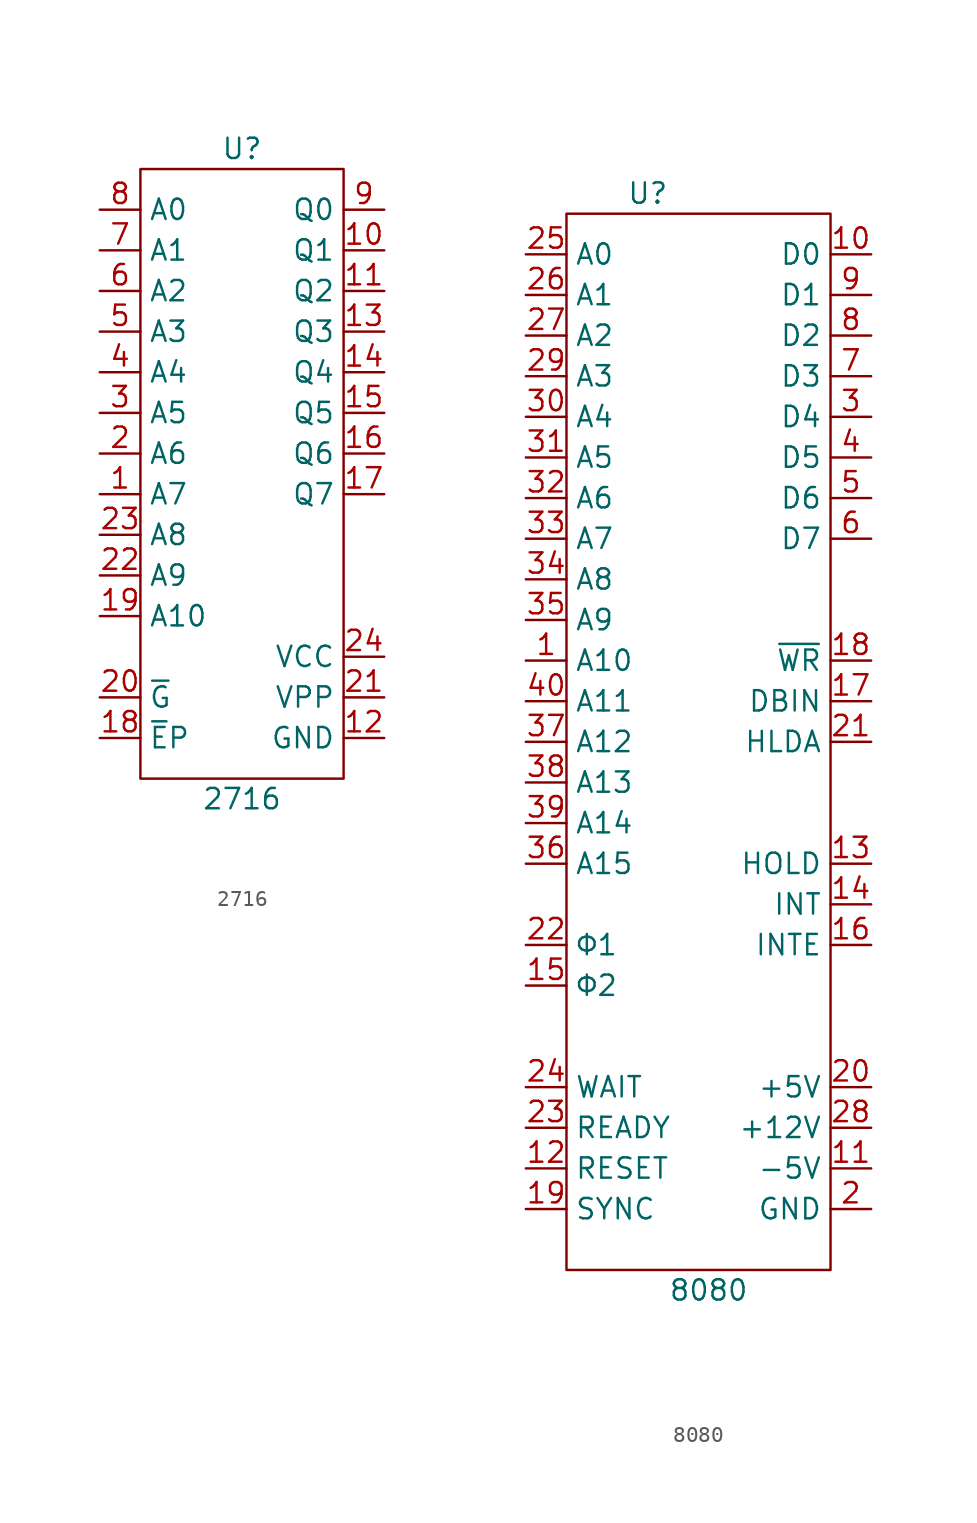
<source format=kicad_sym>
(kicad_symbol_lib
  (version 20211014)
  (generator kicad_symbol_editor)
  (symbol "2716"
    (property "Reference" "U"
      (at 6.35 1.27 0)
      (effects (font (size 1.27 1.27))))
    (property "Value" "2716"
      (at 6.35 -39.37 0)
      (effects (font (size 1.27 1.27))))
    (symbol "2716_0_1"
      (rectangle (start 0 0) (end 12.7 -38.1) (stroke (width 0) (type default) (color 0 0 0 0)) (fill (type none))))
    (symbol "2716_1_1"
      (pin input line (at -2.54 -20.32 0) (length 2.54) (name "A7" (effects (font (size 1.27 1.27)))) (number "1" (effects (font (size 1.27 1.27)))))
      (pin output line (at 15.24 -5.08 180) (length 2.54) (name "Q1" (effects (font (size 1.27 1.27)))) (number "10" (effects (font (size 1.27 1.27)))))
      (pin output line (at 15.24 -7.62 180) (length 2.54) (name "Q2" (effects (font (size 1.27 1.27)))) (number "11" (effects (font (size 1.27 1.27)))))
      (pin power_out line (at 15.24 -35.56 180) (length 2.54) (name "GND" (effects (font (size 1.27 1.27)))) (number "12" (effects (font (size 1.27 1.27)))))
      (pin output line (at 15.24 -10.16 180) (length 2.54) (name "Q3" (effects (font (size 1.27 1.27)))) (number "13" (effects (font (size 1.27 1.27)))))
      (pin output line (at 15.24 -12.7 180) (length 2.54) (name "Q4" (effects (font (size 1.27 1.27)))) (number "14" (effects (font (size 1.27 1.27)))))
      (pin output line (at 15.24 -15.24 180) (length 2.54) (name "Q5" (effects (font (size 1.27 1.27)))) (number "15" (effects (font (size 1.27 1.27)))))
      (pin output line (at 15.24 -17.78 180) (length 2.54) (name "Q6" (effects (font (size 1.27 1.27)))) (number "16" (effects (font (size 1.27 1.27)))))
      (pin output line (at 15.24 -20.32 180) (length 2.54) (name "Q7" (effects (font (size 1.27 1.27)))) (number "17" (effects (font (size 1.27 1.27)))))
      (pin input line (at -2.54 -35.56 0) (length 2.54) (name "~{E}P" (effects (font (size 1.27 1.27)))) (number "18" (effects (font (size 1.27 1.27)))))
      (pin input line (at -2.54 -27.94 0) (length 2.54) (name "A10" (effects (font (size 1.27 1.27)))) (number "19" (effects (font (size 1.27 1.27)))))
      (pin input line (at -2.54 -17.78 0) (length 2.54) (name "A6" (effects (font (size 1.27 1.27)))) (number "2" (effects (font (size 1.27 1.27)))))
      (pin input line (at -2.54 -33.02 0) (length 2.54) (name "~{G}" (effects (font (size 1.27 1.27)))) (number "20" (effects (font (size 1.27 1.27)))))
      (pin power_out line (at 15.24 -33.02 180) (length 2.54) (name "VPP" (effects (font (size 1.27 1.27)))) (number "21" (effects (font (size 1.27 1.27)))))
      (pin input line (at -2.54 -25.4 0) (length 2.54) (name "A9" (effects (font (size 1.27 1.27)))) (number "22" (effects (font (size 1.27 1.27)))))
      (pin input line (at -2.54 -22.86 0) (length 2.54) (name "A8" (effects (font (size 1.27 1.27)))) (number "23" (effects (font (size 1.27 1.27)))))
      (pin power_out line (at 15.24 -30.48 180) (length 2.54) (name "VCC" (effects (font (size 1.27 1.27)))) (number "24" (effects (font (size 1.27 1.27)))))
      (pin input line (at -2.54 -15.24 0) (length 2.54) (name "A5" (effects (font (size 1.27 1.27)))) (number "3" (effects (font (size 1.27 1.27)))))
      (pin input line (at -2.54 -12.7 0) (length 2.54) (name "A4" (effects (font (size 1.27 1.27)))) (number "4" (effects (font (size 1.27 1.27)))))
      (pin input line (at -2.54 -10.16 0) (length 2.54) (name "A3" (effects (font (size 1.27 1.27)))) (number "5" (effects (font (size 1.27 1.27)))))
      (pin input line (at -2.54 -7.62 0) (length 2.54) (name "A2" (effects (font (size 1.27 1.27)))) (number "6" (effects (font (size 1.27 1.27)))))
      (pin input line (at -2.54 -5.08 0) (length 2.54) (name "A1" (effects (font (size 1.27 1.27)))) (number "7" (effects (font (size 1.27 1.27)))))
      (pin input line (at -2.54 -2.54 0) (length 2.54) (name "A0" (effects (font (size 1.27 1.27)))) (number "8" (effects (font (size 1.27 1.27)))))
      (pin output line (at 15.24 -2.54 180) (length 2.54) (name "Q0" (effects (font (size 1.27 1.27)))) (number "9" (effects (font (size 1.27 1.27)))))))
  (symbol "8080"
    (property "Reference" "U"
      (at 5.08 1.27 0)
      (effects (font (size 1.27 1.27))))
    (property "Value" "8080"
      (at 8.89 -67.31 0)
      (effects (font (size 1.27 1.27))))
    (symbol "8080_0_1"
      (rectangle (start 0 0) (end 16.51 -66.04) (stroke (width 0) (type default) (color 0 0 0 0)) (fill (type none))))
    (symbol "8080_1_1"
      (pin output line (at -2.54 -27.94 0) (length 2.54) (name "A10" (effects (font (size 1.27 1.27)))) (number "1" (effects (font (size 1.27 1.27)))))
      (pin bidirectional line (at 19.05 -2.54 180) (length 2.54) (name "D0" (effects (font (size 1.27 1.27)))) (number "10" (effects (font (size 1.27 1.27)))))
      (pin power_in line (at 19.05 -59.69 180) (length 2.54) (name "-5V" (effects (font (size 1.27 1.27)))) (number "11" (effects (font (size 1.27 1.27)))))
      (pin input line (at -2.54 -59.69 0) (length 2.54) (name "RESET" (effects (font (size 1.27 1.27)))) (number "12" (effects (font (size 1.27 1.27)))))
      (pin input line (at 19.05 -40.64 180) (length 2.54) (name "HOLD" (effects (font (size 1.27 1.27)))) (number "13" (effects (font (size 1.27 1.27)))))
      (pin input line (at 19.05 -43.18 180) (length 2.54) (name "INT" (effects (font (size 1.27 1.27)))) (number "14" (effects (font (size 1.27 1.27)))))
      (pin input line (at -2.54 -48.26 0) (length 2.54) (name "Φ2" (effects (font (size 1.27 1.27)))) (number "15" (effects (font (size 1.27 1.27)))))
      (pin output line (at 19.05 -45.72 180) (length 2.54) (name "INTE" (effects (font (size 1.27 1.27)))) (number "16" (effects (font (size 1.27 1.27)))))
      (pin output line (at 19.05 -30.48 180) (length 2.54) (name "DBIN" (effects (font (size 1.27 1.27)))) (number "17" (effects (font (size 1.27 1.27)))))
      (pin output line (at 19.05 -27.94 180) (length 2.54) (name "~{WR}" (effects (font (size 1.27 1.27)))) (number "18" (effects (font (size 1.27 1.27)))))
      (pin output line (at -2.54 -62.23 0) (length 2.54) (name "SYNC" (effects (font (size 1.27 1.27)))) (number "19" (effects (font (size 1.27 1.27)))))
      (pin power_in line (at 19.05 -62.23 180) (length 2.54) (name "GND" (effects (font (size 1.27 1.27)))) (number "2" (effects (font (size 1.27 1.27)))))
      (pin power_in line (at 19.05 -54.61 180) (length 2.54) (name "+5V" (effects (font (size 1.27 1.27)))) (number "20" (effects (font (size 1.27 1.27)))))
      (pin output line (at 19.05 -33.02 180) (length 2.54) (name "HLDA" (effects (font (size 1.27 1.27)))) (number "21" (effects (font (size 1.27 1.27)))))
      (pin input line (at -2.54 -45.72 0) (length 2.54) (name "Φ1" (effects (font (size 1.27 1.27)))) (number "22" (effects (font (size 1.27 1.27)))))
      (pin input line (at -2.54 -57.15 0) (length 2.54) (name "READY" (effects (font (size 1.27 1.27)))) (number "23" (effects (font (size 1.27 1.27)))))
      (pin output line (at -2.54 -54.61 0) (length 2.54) (name "WAIT" (effects (font (size 1.27 1.27)))) (number "24" (effects (font (size 1.27 1.27)))))
      (pin output line (at -2.54 -2.54 0) (length 2.54) (name "A0" (effects (font (size 1.27 1.27)))) (number "25" (effects (font (size 1.27 1.27)))))
      (pin output line (at -2.54 -5.08 0) (length 2.54) (name "A1" (effects (font (size 1.27 1.27)))) (number "26" (effects (font (size 1.27 1.27)))))
      (pin output line (at -2.54 -7.62 0) (length 2.54) (name "A2" (effects (font (size 1.27 1.27)))) (number "27" (effects (font (size 1.27 1.27)))))
      (pin power_in line (at 19.05 -57.15 180) (length 2.54) (name "+12V" (effects (font (size 1.27 1.27)))) (number "28" (effects (font (size 1.27 1.27)))))
      (pin output line (at -2.54 -10.16 0) (length 2.54) (name "A3" (effects (font (size 1.27 1.27)))) (number "29" (effects (font (size 1.27 1.27)))))
      (pin bidirectional line (at 19.05 -12.7 180) (length 2.54) (name "D4" (effects (font (size 1.27 1.27)))) (number "3" (effects (font (size 1.27 1.27)))))
      (pin output line (at -2.54 -12.7 0) (length 2.54) (name "A4" (effects (font (size 1.27 1.27)))) (number "30" (effects (font (size 1.27 1.27)))))
      (pin output line (at -2.54 -15.24 0) (length 2.54) (name "A5" (effects (font (size 1.27 1.27)))) (number "31" (effects (font (size 1.27 1.27)))))
      (pin output line (at -2.54 -17.78 0) (length 2.54) (name "A6" (effects (font (size 1.27 1.27)))) (number "32" (effects (font (size 1.27 1.27)))))
      (pin output line (at -2.54 -20.32 0) (length 2.54) (name "A7" (effects (font (size 1.27 1.27)))) (number "33" (effects (font (size 1.27 1.27)))))
      (pin output line (at -2.54 -22.86 0) (length 2.54) (name "A8" (effects (font (size 1.27 1.27)))) (number "34" (effects (font (size 1.27 1.27)))))
      (pin output line (at -2.54 -25.4 0) (length 2.54) (name "A9" (effects (font (size 1.27 1.27)))) (number "35" (effects (font (size 1.27 1.27)))))
      (pin output line (at -2.54 -40.64 0) (length 2.54) (name "A15" (effects (font (size 1.27 1.27)))) (number "36" (effects (font (size 1.27 1.27)))))
      (pin output line (at -2.54 -33.02 0) (length 2.54) (name "A12" (effects (font (size 1.27 1.27)))) (number "37" (effects (font (size 1.27 1.27)))))
      (pin output line (at -2.54 -35.56 0) (length 2.54) (name "A13" (effects (font (size 1.27 1.27)))) (number "38" (effects (font (size 1.27 1.27)))))
      (pin output line (at -2.54 -38.1 0) (length 2.54) (name "A14" (effects (font (size 1.27 1.27)))) (number "39" (effects (font (size 1.27 1.27)))))
      (pin bidirectional line (at 19.05 -15.24 180) (length 2.54) (name "D5" (effects (font (size 1.27 1.27)))) (number "4" (effects (font (size 1.27 1.27)))))
      (pin output line (at -2.54 -30.48 0) (length 2.54) (name "A11" (effects (font (size 1.27 1.27)))) (number "40" (effects (font (size 1.27 1.27)))))
      (pin bidirectional line (at 19.05 -17.78 180) (length 2.54) (name "D6" (effects (font (size 1.27 1.27)))) (number "5" (effects (font (size 1.27 1.27)))))
      (pin bidirectional line (at 19.05 -20.32 180) (length 2.54) (name "D7" (effects (font (size 1.27 1.27)))) (number "6" (effects (font (size 1.27 1.27)))))
      (pin bidirectional line (at 19.05 -10.16 180) (length 2.54) (name "D3" (effects (font (size 1.27 1.27)))) (number "7" (effects (font (size 1.27 1.27)))))
      (pin bidirectional line (at 19.05 -7.62 180) (length 2.54) (name "D2" (effects (font (size 1.27 1.27)))) (number "8" (effects (font (size 1.27 1.27)))))
      (pin bidirectional line (at 19.05 -5.08 180) (length 2.54) (name "D1" (effects (font (size 1.27 1.27)))) (number "9" (effects (font (size 1.27 1.27))))))))
</source>
